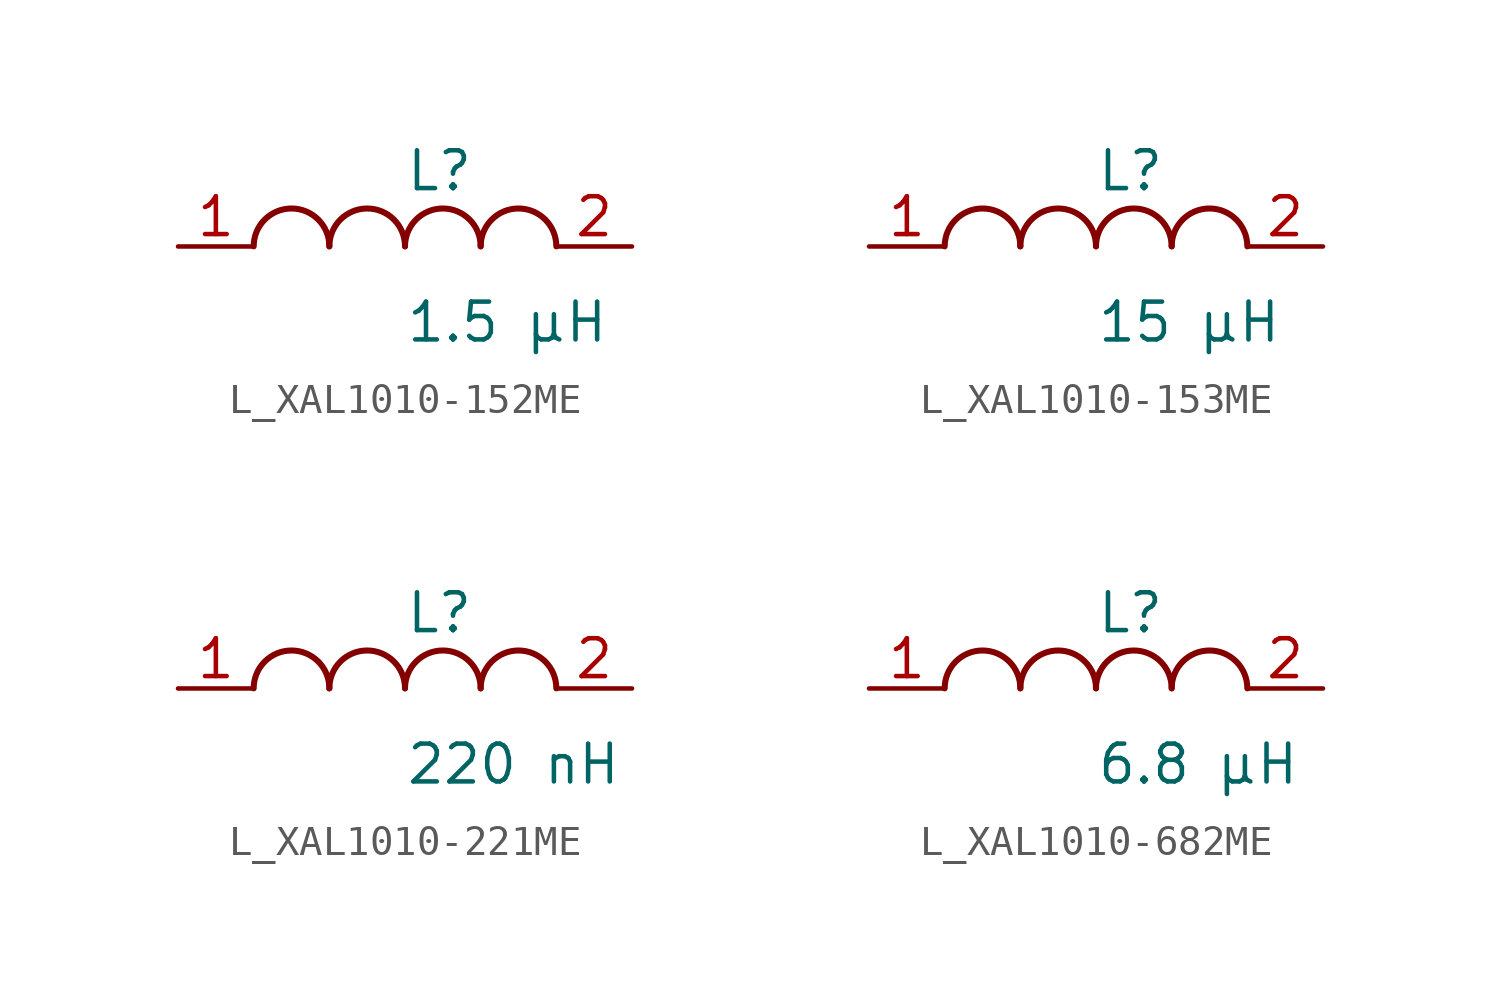
<source format=kicad_sym>
(kicad_symbol_lib
  (version 20231120)
  (generator kicad_symbol_editor)
  (generator_version 8.0)
  (symbol "L_XAL1010-152ME"
    (pin_names
      (offset 0.254))
    (property "Reference" "L"
      (at 0 2.54 0)
      (effects (font (size 1.27 1.27)) (justify left)))
    (property "Value" "1.5 µH"
      (at 0 -2.54 0)
      (effects (font (size 1.27 1.27)) (justify left)))
    (symbol "L_XAL1010-152ME_1_1"
      (arc (start -2.54 0.0056) (mid -3.81 1.27) (end -5.08 0.0056) (stroke (width 0.2032) (type default)) (fill (type none)))
      (arc (start 0 0.0056) (mid -1.27 1.27) (end -2.54 0.0056) (stroke (width 0.2032) (type default)) (fill (type none)))
      (arc (start 2.54 0.0056) (mid 1.27 1.27) (end 0 0.0056) (stroke (width 0.2032) (type default)) (fill (type none)))
      (arc (start 5.08 0.0056) (mid 3.81 1.27) (end 2.54 0.0056) (stroke (width 0.2032) (type default)) (fill (type none)))
      (pin unspecified line (at -7.62 0 0) (length 2.54) (name "" (effects (font (size 1.27 1.27)))) (number "1" (effects (font (size 1.27 1.27)))))
      (pin unspecified line (at 7.62 0 180) (length 2.54) (name "" (effects (font (size 1.27 1.27)))) (number "2" (effects (font (size 1.27 1.27)))))))
  (symbol "L_XAL1010-153ME"
    (pin_names
      (offset 0.254))
    (property "Reference" "L"
      (at 0 2.54 0)
      (effects (font (size 1.27 1.27)) (justify left)))
    (property "Value" "15 µH"
      (at 0 -2.54 0)
      (effects (font (size 1.27 1.27)) (justify left)))
    (symbol "L_XAL1010-153ME_1_1"
      (arc (start -2.54 0.0056) (mid -3.81 1.27) (end -5.08 0.0056) (stroke (width 0.2032) (type default)) (fill (type none)))
      (arc (start 0 0.0056) (mid -1.27 1.27) (end -2.54 0.0056) (stroke (width 0.2032) (type default)) (fill (type none)))
      (arc (start 2.54 0.0056) (mid 1.27 1.27) (end 0 0.0056) (stroke (width 0.2032) (type default)) (fill (type none)))
      (arc (start 5.08 0.0056) (mid 3.81 1.27) (end 2.54 0.0056) (stroke (width 0.2032) (type default)) (fill (type none)))
      (pin unspecified line (at -7.62 0 0) (length 2.54) (name "" (effects (font (size 1.27 1.27)))) (number "1" (effects (font (size 1.27 1.27)))))
      (pin unspecified line (at 7.62 0 180) (length 2.54) (name "" (effects (font (size 1.27 1.27)))) (number "2" (effects (font (size 1.27 1.27)))))))
  (symbol "L_XAL1010-221ME"
    (pin_names
      (offset 0.254))
    (property "Reference" "L"
      (at 0 2.54 0)
      (effects (font (size 1.27 1.27)) (justify left)))
    (property "Value" "220 nH"
      (at 0 -2.54 0)
      (effects (font (size 1.27 1.27)) (justify left)))
    (symbol "L_XAL1010-221ME_1_1"
      (arc (start -2.54 0.0056) (mid -3.81 1.27) (end -5.08 0.0056) (stroke (width 0.2032) (type default)) (fill (type none)))
      (arc (start 0 0.0056) (mid -1.27 1.27) (end -2.54 0.0056) (stroke (width 0.2032) (type default)) (fill (type none)))
      (arc (start 2.54 0.0056) (mid 1.27 1.27) (end 0 0.0056) (stroke (width 0.2032) (type default)) (fill (type none)))
      (arc (start 5.08 0.0056) (mid 3.81 1.27) (end 2.54 0.0056) (stroke (width 0.2032) (type default)) (fill (type none)))
      (pin unspecified line (at -7.62 0 0) (length 2.54) (name "" (effects (font (size 1.27 1.27)))) (number "1" (effects (font (size 1.27 1.27)))))
      (pin unspecified line (at 7.62 0 180) (length 2.54) (name "" (effects (font (size 1.27 1.27)))) (number "2" (effects (font (size 1.27 1.27)))))))
  (symbol "L_XAL1010-682ME"
    (pin_names
      (offset 0.254))
    (property "Reference" "L"
      (at 0 2.54 0)
      (effects (font (size 1.27 1.27)) (justify left)))
    (property "Value" "6.8 µH"
      (at 0 -2.54 0)
      (effects (font (size 1.27 1.27)) (justify left)))
    (symbol "L_XAL1010-682ME_1_1"
      (arc (start -2.54 0.0056) (mid -3.81 1.27) (end -5.08 0.0056) (stroke (width 0.2032) (type default)) (fill (type none)))
      (arc (start 0 0.0056) (mid -1.27 1.27) (end -2.54 0.0056) (stroke (width 0.2032) (type default)) (fill (type none)))
      (arc (start 2.54 0.0056) (mid 1.27 1.27) (end 0 0.0056) (stroke (width 0.2032) (type default)) (fill (type none)))
      (arc (start 5.08 0.0056) (mid 3.81 1.27) (end 2.54 0.0056) (stroke (width 0.2032) (type default)) (fill (type none)))
      (pin unspecified line (at -7.62 0 0) (length 2.54) (name "" (effects (font (size 1.27 1.27)))) (number "1" (effects (font (size 1.27 1.27)))))
      (pin unspecified line (at 7.62 0 180) (length 2.54) (name "" (effects (font (size 1.27 1.27)))) (number "2" (effects (font (size 1.27 1.27))))))))
</source>
